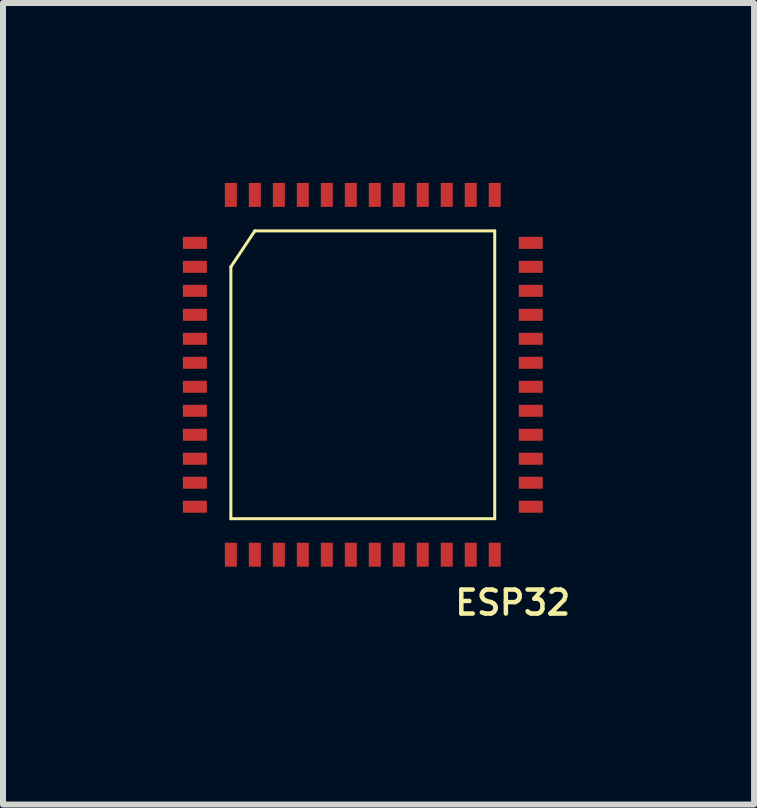
<source format=kicad_pcb>
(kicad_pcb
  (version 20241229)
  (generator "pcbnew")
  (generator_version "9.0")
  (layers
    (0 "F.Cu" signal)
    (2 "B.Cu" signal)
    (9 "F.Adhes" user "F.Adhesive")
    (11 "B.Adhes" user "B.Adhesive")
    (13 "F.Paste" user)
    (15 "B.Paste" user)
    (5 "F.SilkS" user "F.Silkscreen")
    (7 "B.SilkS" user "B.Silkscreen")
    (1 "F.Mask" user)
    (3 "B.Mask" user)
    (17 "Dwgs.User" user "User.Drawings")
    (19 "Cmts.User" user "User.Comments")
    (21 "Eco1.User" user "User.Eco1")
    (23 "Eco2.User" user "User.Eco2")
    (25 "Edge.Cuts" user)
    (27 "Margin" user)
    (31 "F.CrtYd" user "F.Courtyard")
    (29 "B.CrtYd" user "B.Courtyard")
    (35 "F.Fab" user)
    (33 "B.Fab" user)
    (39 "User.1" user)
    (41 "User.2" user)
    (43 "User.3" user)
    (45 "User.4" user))
  (footprint "ESP32"
    (layer "F.Cu")
    (at 3 3.2)
    (property "Reference" "ESP32" (at 2.5 3.8 0) (layer "F.SilkS") (effects (font (size 0.4 0.4) (thickness 0.075))))
    (attr through_hole)
    (fp_line (start -2.2 -1.8) (end -1.8 -2.4) (stroke (width 0.05) (type solid)) (layer "F.SilkS"))
    (fp_line (start -2.2 2.4) (end -2.2 -1.8) (stroke (width 0.05) (type solid)) (layer "F.SilkS"))
    (fp_line (start -1.8 -2.4) (end 2.2 -2.4) (stroke (width 0.05) (type solid)) (layer "F.SilkS"))
    (fp_line (start 2.2 -2.4) (end 2.2 2.4) (stroke (width 0.05) (type solid)) (layer "F.SilkS"))
    (fp_line (start 2.2 2.4) (end -2.2 2.4) (stroke (width 0.05) (type solid)) (layer "F.SilkS"))
    (pad "1" smd rect (at -2.8 -2.2 90) (size 0.2 0.4) (layers "F.Cu" "F.Mask" "F.Paste"))
    (pad "2" smd rect (at -2.8 -1.8 90) (size 0.2 0.4) (layers "F.Cu" "F.Mask" "F.Paste"))
    (pad "3" smd rect (at -2.8 -1.4 90) (size 0.2 0.4) (layers "F.Cu" "F.Mask" "F.Paste"))
    (pad "4" smd rect (at -2.8 -1 90) (size 0.2 0.4) (layers "F.Cu" "F.Mask" "F.Paste"))
    (pad "5" smd rect (at -2.8 -0.6 90) (size 0.2 0.4) (layers "F.Cu" "F.Mask" "F.Paste"))
    (pad "6" smd rect (at -2.8 -0.2 90) (size 0.2 0.4) (layers "F.Cu" "F.Mask" "F.Paste"))
    (pad "7" smd rect (at -2.8 0.2 90) (size 0.2 0.4) (layers "F.Cu" "F.Mask" "F.Paste"))
    (pad "8" smd rect (at -2.8 0.6 90) (size 0.2 0.4) (layers "F.Cu" "F.Mask" "F.Paste"))
    (pad "9" smd rect (at -2.8 1 90) (size 0.2 0.4) (layers "F.Cu" "F.Mask" "F.Paste"))
    (pad "10" smd rect (at -2.8 1.4 90) (size 0.2 0.4) (layers "F.Cu" "F.Mask" "F.Paste"))
    (pad "11" smd rect (at -2.8 1.8 90) (size 0.2 0.4) (layers "F.Cu" "F.Mask" "F.Paste"))
    (pad "12" smd rect (at -2.8 2.2 90) (size 0.2 0.4) (layers "F.Cu" "F.Mask" "F.Paste"))
    (pad "13" smd rect (at -2.2 3) (size 0.2 0.4) (layers "F.Cu" "F.Mask" "F.Paste"))
    (pad "14" smd rect (at -1.8 3) (size 0.2 0.4) (layers "F.Cu" "F.Mask" "F.Paste"))
    (pad "15" smd rect (at -1.4 3) (size 0.2 0.4) (layers "F.Cu" "F.Mask" "F.Paste"))
    (pad "16" smd rect (at -1 3) (size 0.2 0.4) (layers "F.Cu" "F.Mask" "F.Paste"))
    (pad "17" smd rect (at -0.6 3) (size 0.2 0.4) (layers "F.Cu" "F.Mask" "F.Paste"))
    (pad "18" smd rect (at -0.2 3) (size 0.2 0.4) (layers "F.Cu" "F.Mask" "F.Paste"))
    (pad "19" smd rect (at 0.2 3) (size 0.2 0.4) (layers "F.Cu" "F.Mask" "F.Paste"))
    (pad "20" smd rect (at 0.6 3) (size 0.2 0.4) (layers "F.Cu" "F.Mask" "F.Paste"))
    (pad "21" smd rect (at 1 3) (size 0.2 0.4) (layers "F.Cu" "F.Mask" "F.Paste"))
    (pad "22" smd rect (at 1.4 3) (size 0.2 0.4) (layers "F.Cu" "F.Mask" "F.Paste"))
    (pad "23" smd rect (at 1.8 3) (size 0.2 0.4) (layers "F.Cu" "F.Mask" "F.Paste"))
    (pad "24" smd rect (at 2.2 3) (size 0.2 0.4) (layers "F.Cu" "F.Mask" "F.Paste"))
    (pad "25" smd rect (at 2.8 2.2 90) (size 0.2 0.4) (layers "F.Cu" "F.Mask" "F.Paste"))
    (pad "26" smd rect (at 2.8 1.8 90) (size 0.2 0.4) (layers "F.Cu" "F.Mask" "F.Paste"))
    (pad "27" smd rect (at 2.8 1.4 90) (size 0.2 0.4) (layers "F.Cu" "F.Mask" "F.Paste"))
    (pad "28" smd rect (at 2.8 1 90) (size 0.2 0.4) (layers "F.Cu" "F.Mask" "F.Paste"))
    (pad "29" smd rect (at 2.8 0.6 90) (size 0.2 0.4) (layers "F.Cu" "F.Mask" "F.Paste"))
    (pad "30" smd rect (at 2.8 0.2 90) (size 0.2 0.4) (layers "F.Cu" "F.Mask" "F.Paste"))
    (pad "31" smd rect (at 2.8 -0.2 90) (size 0.2 0.4) (layers "F.Cu" "F.Mask" "F.Paste"))
    (pad "32" smd rect (at 2.8 -0.6 90) (size 0.2 0.4) (layers "F.Cu" "F.Mask" "F.Paste"))
    (pad "33" smd rect (at 2.8 -1 90) (size 0.2 0.4) (layers "F.Cu" "F.Mask" "F.Paste"))
    (pad "34" smd rect (at 2.8 -1.4 90) (size 0.2 0.4) (layers "F.Cu" "F.Mask" "F.Paste"))
    (pad "35" smd rect (at 2.8 -1.8 90) (size 0.2 0.4) (layers "F.Cu" "F.Mask" "F.Paste"))
    (pad "36" smd rect (at 2.8 -2.2 90) (size 0.2 0.4) (layers "F.Cu" "F.Mask" "F.Paste"))
    (pad "37" smd rect (at 2.2 -3) (size 0.2 0.4) (layers "F.Cu" "F.Mask" "F.Paste"))
    (pad "38" smd rect (at 1.8 -3) (size 0.2 0.4) (layers "F.Cu" "F.Mask" "F.Paste"))
    (pad "39" smd rect (at 1.4 -3) (size 0.2 0.4) (layers "F.Cu" "F.Mask" "F.Paste"))
    (pad "40" smd rect (at 1 -3) (size 0.2 0.4) (layers "F.Cu" "F.Mask" "F.Paste"))
    (pad "41" smd rect (at 0.6 -3) (size 0.2 0.4) (layers "F.Cu" "F.Mask" "F.Paste"))
    (pad "42" smd rect (at 0.2 -3) (size 0.2 0.4) (layers "F.Cu" "F.Mask" "F.Paste"))
    (pad "43" smd rect (at -0.2 -3) (size 0.2 0.4) (layers "F.Cu" "F.Mask" "F.Paste"))
    (pad "44" smd rect (at -0.6 -3) (size 0.2 0.4) (layers "F.Cu" "F.Mask" "F.Paste"))
    (pad "45" smd rect (at -1 -3) (size 0.2 0.4) (layers "F.Cu" "F.Mask" "F.Paste"))
    (pad "46" smd rect (at -1.4 -3) (size 0.2 0.4) (layers "F.Cu" "F.Mask" "F.Paste"))
    (pad "47" smd rect (at -1.8 -3) (size 0.2 0.4) (layers "F.Cu" "F.Mask" "F.Paste"))
    (pad "48" smd rect (at -2.2 -3) (size 0.2 0.4) (layers "F.Cu" "F.Mask" "F.Paste")))
  (gr_rect
    (start -3 -3)
    (end 9.525 10.366)
    (stroke (width 0.1) (type default))
    (fill no)
    (layer "Edge.Cuts")))
</source>
